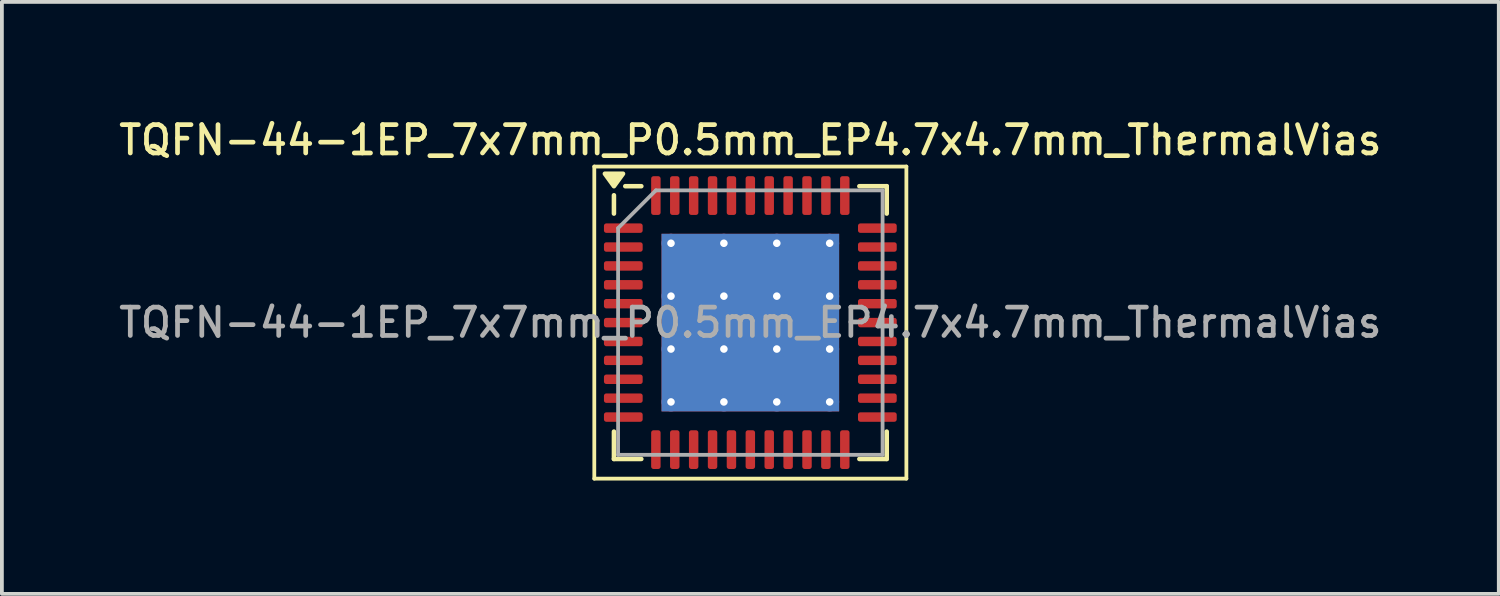
<source format=kicad_pcb>
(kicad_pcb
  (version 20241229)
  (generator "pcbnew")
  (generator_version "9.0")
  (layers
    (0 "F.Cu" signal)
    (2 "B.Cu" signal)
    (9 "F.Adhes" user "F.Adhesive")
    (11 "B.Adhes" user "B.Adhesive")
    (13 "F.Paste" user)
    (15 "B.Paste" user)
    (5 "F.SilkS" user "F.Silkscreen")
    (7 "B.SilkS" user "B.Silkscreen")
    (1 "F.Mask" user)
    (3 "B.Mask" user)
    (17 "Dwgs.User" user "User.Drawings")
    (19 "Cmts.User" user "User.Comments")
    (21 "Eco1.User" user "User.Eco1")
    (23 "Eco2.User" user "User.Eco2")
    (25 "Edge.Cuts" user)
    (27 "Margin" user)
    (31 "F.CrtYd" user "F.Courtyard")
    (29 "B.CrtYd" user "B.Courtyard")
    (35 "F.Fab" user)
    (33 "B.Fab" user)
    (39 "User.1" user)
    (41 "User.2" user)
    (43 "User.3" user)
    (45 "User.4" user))
  (footprint "TQFN-44-1EP_7x7mm_P0.5mm_EP4.7x4.7mm_ThermalVias"
    (layer "F.Cu")
    (at 16.809 5.488)
    (property "Reference" "TQFN-44-1EP_7x7mm_P0.5mm_EP4.7x4.7mm_ThermalVias" (at 0 -4.83 0) (layer "F.SilkS") (effects (font (size 0.75 0.75) (thickness 0.125))))
    (attr smd)
    (fp_line (start -4.13 -4.13) (end -4.13 4.13) (stroke (width 0.1) (type solid)) (layer "F.SilkS"))
    (fp_line (start -4.13 4.13) (end 4.13 4.13) (stroke (width 0.1) (type solid)) (layer "F.SilkS"))
    (fp_line (start -3.61 -2.885) (end -3.61 -3.37) (stroke (width 0.12) (type solid)) (layer "F.SilkS"))
    (fp_line (start -3.61 3.61) (end -3.61 2.885) (stroke (width 0.12) (type solid)) (layer "F.SilkS"))
    (fp_line (start -2.885 -3.61) (end -3.31 -3.61) (stroke (width 0.12) (type solid)) (layer "F.SilkS"))
    (fp_line (start -2.885 3.61) (end -3.61 3.61) (stroke (width 0.12) (type solid)) (layer "F.SilkS"))
    (fp_line (start 2.885 -3.61) (end 3.61 -3.61) (stroke (width 0.12) (type solid)) (layer "F.SilkS"))
    (fp_line (start 2.885 3.61) (end 3.61 3.61) (stroke (width 0.12) (type solid)) (layer "F.SilkS"))
    (fp_line (start 3.61 -3.61) (end 3.61 -2.885) (stroke (width 0.12) (type solid)) (layer "F.SilkS"))
    (fp_line (start 3.61 3.61) (end 3.61 2.885) (stroke (width 0.12) (type solid)) (layer "F.SilkS"))
    (fp_line (start 4.13 -4.13) (end -4.13 -4.13) (stroke (width 0.1) (type solid)) (layer "F.SilkS"))
    (fp_line (start 4.13 4.13) (end 4.13 -4.13) (stroke (width 0.1) (type solid)) (layer "F.SilkS"))
    (fp_poly (pts (xy -3.61 -3.61) (xy -3.85 -3.94) (xy -3.37 -3.94) (xy -3.61 -3.61)) (stroke (width 0.12) (type solid)) (fill yes) (layer "F.SilkS"))
    (fp_line (start -3.5 -2.5) (end -2.5 -3.5) (stroke (width 0.1) (type solid)) (layer "F.Fab"))
    (fp_line (start -3.5 3.5) (end -3.5 -2.5) (stroke (width 0.1) (type solid)) (layer "F.Fab"))
    (fp_line (start -2.5 -3.5) (end 3.5 -3.5) (stroke (width 0.1) (type solid)) (layer "F.Fab"))
    (fp_line (start 3.5 -3.5) (end 3.5 3.5) (stroke (width 0.1) (type solid)) (layer "F.Fab"))
    (fp_line (start 3.5 3.5) (end -3.5 3.5) (stroke (width 0.1) (type solid)) (layer "F.Fab"))
    (fp_text user "${REFERENCE}" (at 0 0 0) (layer "F.Fab") (effects (font (size 0.75 0.75) (thickness 0.125))))
    (pad "" smd roundrect (at -1.57 -1.57) (size 1.36 1.36) (layers "F.Paste") (roundrect_rratio 0.184))
    (pad "" smd roundrect (at -1.57 0) (size 1.36 1.36) (layers "F.Paste") (roundrect_rratio 0.184))
    (pad "" smd roundrect (at -1.57 1.57) (size 1.36 1.36) (layers "F.Paste") (roundrect_rratio 0.184))
    (pad "" smd roundrect (at 0 -1.57) (size 1.36 1.36) (layers "F.Paste") (roundrect_rratio 0.184))
    (pad "" smd roundrect (at 0 0) (size 1.36 1.36) (layers "F.Paste") (roundrect_rratio 0.184))
    (pad "" smd roundrect (at 0 1.57) (size 1.36 1.36) (layers "F.Paste") (roundrect_rratio 0.184))
    (pad "" smd roundrect (at 1.57 -1.57) (size 1.36 1.36) (layers "F.Paste") (roundrect_rratio 0.184))
    (pad "" smd roundrect (at 1.57 0) (size 1.36 1.36) (layers "F.Paste") (roundrect_rratio 0.184))
    (pad "" smd roundrect (at 1.57 1.57) (size 1.36 1.36) (layers "F.Paste") (roundrect_rratio 0.184))
    (pad "1" smd roundrect (at -3.362 -2.5) (size 1.025 0.25) (layers "F.Cu" "F.Mask" "F.Paste") (roundrect_rratio 0.25))
    (pad "2" smd roundrect (at -3.362 -2) (size 1.025 0.25) (layers "F.Cu" "F.Mask" "F.Paste") (roundrect_rratio 0.25))
    (pad "3" smd roundrect (at -3.362 -1.5) (size 1.025 0.25) (layers "F.Cu" "F.Mask" "F.Paste") (roundrect_rratio 0.25))
    (pad "4" smd roundrect (at -3.362 -1) (size 1.025 0.25) (layers "F.Cu" "F.Mask" "F.Paste") (roundrect_rratio 0.25))
    (pad "5" smd roundrect (at -3.362 -0.5) (size 1.025 0.25) (layers "F.Cu" "F.Mask" "F.Paste") (roundrect_rratio 0.25))
    (pad "6" smd roundrect (at -3.362 0) (size 1.025 0.25) (layers "F.Cu" "F.Mask" "F.Paste") (roundrect_rratio 0.25))
    (pad "7" smd roundrect (at -3.362 0.5) (size 1.025 0.25) (layers "F.Cu" "F.Mask" "F.Paste") (roundrect_rratio 0.25))
    (pad "8" smd roundrect (at -3.362 1) (size 1.025 0.25) (layers "F.Cu" "F.Mask" "F.Paste") (roundrect_rratio 0.25))
    (pad "9" smd roundrect (at -3.362 1.5) (size 1.025 0.25) (layers "F.Cu" "F.Mask" "F.Paste") (roundrect_rratio 0.25))
    (pad "10" smd roundrect (at -3.362 2) (size 1.025 0.25) (layers "F.Cu" "F.Mask" "F.Paste") (roundrect_rratio 0.25))
    (pad "11" smd roundrect (at -3.362 2.5) (size 1.025 0.25) (layers "F.Cu" "F.Mask" "F.Paste") (roundrect_rratio 0.25))
    (pad "12" smd roundrect (at -2.5 3.362) (size 0.25 1.025) (layers "F.Cu" "F.Mask" "F.Paste") (roundrect_rratio 0.25))
    (pad "13" smd roundrect (at -2 3.362) (size 0.25 1.025) (layers "F.Cu" "F.Mask" "F.Paste") (roundrect_rratio 0.25))
    (pad "14" smd roundrect (at -1.5 3.362) (size 0.25 1.025) (layers "F.Cu" "F.Mask" "F.Paste") (roundrect_rratio 0.25))
    (pad "15" smd roundrect (at -1 3.362) (size 0.25 1.025) (layers "F.Cu" "F.Mask" "F.Paste") (roundrect_rratio 0.25))
    (pad "16" smd roundrect (at -0.5 3.362) (size 0.25 1.025) (layers "F.Cu" "F.Mask" "F.Paste") (roundrect_rratio 0.25))
    (pad "17" smd roundrect (at 0 3.362) (size 0.25 1.025) (layers "F.Cu" "F.Mask" "F.Paste") (roundrect_rratio 0.25))
    (pad "18" smd roundrect (at 0.5 3.362) (size 0.25 1.025) (layers "F.Cu" "F.Mask" "F.Paste") (roundrect_rratio 0.25))
    (pad "19" smd roundrect (at 1 3.362) (size 0.25 1.025) (layers "F.Cu" "F.Mask" "F.Paste") (roundrect_rratio 0.25))
    (pad "20" smd roundrect (at 1.5 3.362) (size 0.25 1.025) (layers "F.Cu" "F.Mask" "F.Paste") (roundrect_rratio 0.25))
    (pad "21" smd roundrect (at 2 3.362) (size 0.25 1.025) (layers "F.Cu" "F.Mask" "F.Paste") (roundrect_rratio 0.25))
    (pad "22" smd roundrect (at 2.5 3.362) (size 0.25 1.025) (layers "F.Cu" "F.Mask" "F.Paste") (roundrect_rratio 0.25))
    (pad "23" smd roundrect (at 3.362 2.5) (size 1.025 0.25) (layers "F.Cu" "F.Mask" "F.Paste") (roundrect_rratio 0.25))
    (pad "24" smd roundrect (at 3.362 2) (size 1.025 0.25) (layers "F.Cu" "F.Mask" "F.Paste") (roundrect_rratio 0.25))
    (pad "25" smd roundrect (at 3.362 1.5) (size 1.025 0.25) (layers "F.Cu" "F.Mask" "F.Paste") (roundrect_rratio 0.25))
    (pad "26" smd roundrect (at 3.362 1) (size 1.025 0.25) (layers "F.Cu" "F.Mask" "F.Paste") (roundrect_rratio 0.25))
    (pad "27" smd roundrect (at 3.362 0.5) (size 1.025 0.25) (layers "F.Cu" "F.Mask" "F.Paste") (roundrect_rratio 0.25))
    (pad "28" smd roundrect (at 3.362 0) (size 1.025 0.25) (layers "F.Cu" "F.Mask" "F.Paste") (roundrect_rratio 0.25))
    (pad "29" smd roundrect (at 3.362 -0.5) (size 1.025 0.25) (layers "F.Cu" "F.Mask" "F.Paste") (roundrect_rratio 0.25))
    (pad "30" smd roundrect (at 3.362 -1) (size 1.025 0.25) (layers "F.Cu" "F.Mask" "F.Paste") (roundrect_rratio 0.25))
    (pad "31" smd roundrect (at 3.362 -1.5) (size 1.025 0.25) (layers "F.Cu" "F.Mask" "F.Paste") (roundrect_rratio 0.25))
    (pad "32" smd roundrect (at 3.362 -2) (size 1.025 0.25) (layers "F.Cu" "F.Mask" "F.Paste") (roundrect_rratio 0.25))
    (pad "33" smd roundrect (at 3.362 -2.5) (size 1.025 0.25) (layers "F.Cu" "F.Mask" "F.Paste") (roundrect_rratio 0.25))
    (pad "34" smd roundrect (at 2.5 -3.362) (size 0.25 1.025) (layers "F.Cu" "F.Mask" "F.Paste") (roundrect_rratio 0.25))
    (pad "35" smd roundrect (at 2 -3.362) (size 0.25 1.025) (layers "F.Cu" "F.Mask" "F.Paste") (roundrect_rratio 0.25))
    (pad "36" smd roundrect (at 1.5 -3.362) (size 0.25 1.025) (layers "F.Cu" "F.Mask" "F.Paste") (roundrect_rratio 0.25))
    (pad "37" smd roundrect (at 1 -3.362) (size 0.25 1.025) (layers "F.Cu" "F.Mask" "F.Paste") (roundrect_rratio 0.25))
    (pad "38" smd roundrect (at 0.5 -3.362) (size 0.25 1.025) (layers "F.Cu" "F.Mask" "F.Paste") (roundrect_rratio 0.25))
    (pad "39" smd roundrect (at 0 -3.362) (size 0.25 1.025) (layers "F.Cu" "F.Mask" "F.Paste") (roundrect_rratio 0.25))
    (pad "40" smd roundrect (at -0.5 -3.362) (size 0.25 1.025) (layers "F.Cu" "F.Mask" "F.Paste") (roundrect_rratio 0.25))
    (pad "41" smd roundrect (at -1 -3.362) (size 0.25 1.025) (layers "F.Cu" "F.Mask" "F.Paste") (roundrect_rratio 0.25))
    (pad "42" smd roundrect (at -1.5 -3.362) (size 0.25 1.025) (layers "F.Cu" "F.Mask" "F.Paste") (roundrect_rratio 0.25))
    (pad "43" smd roundrect (at -2 -3.362) (size 0.25 1.025) (layers "F.Cu" "F.Mask" "F.Paste") (roundrect_rratio 0.25))
    (pad "44" smd roundrect (at -2.5 -3.362) (size 0.25 1.025) (layers "F.Cu" "F.Mask" "F.Paste") (roundrect_rratio 0.25))
    (pad "45" thru_hole circle (at -2.1 -2.1) (size 0.5 0.5) (drill 0.2) (property pad_prop_heatsink) (layers "*.Cu"))
    (pad "45" thru_hole circle (at -2.1 -0.7) (size 0.5 0.5) (drill 0.2) (property pad_prop_heatsink) (layers "*.Cu"))
    (pad "45" thru_hole circle (at -2.1 0.7) (size 0.5 0.5) (drill 0.2) (property pad_prop_heatsink) (layers "*.Cu"))
    (pad "45" thru_hole circle (at -2.1 2.1) (size 0.5 0.5) (drill 0.2) (property pad_prop_heatsink) (layers "*.Cu"))
    (pad "45" thru_hole circle (at -0.7 -2.1) (size 0.5 0.5) (drill 0.2) (property pad_prop_heatsink) (layers "*.Cu"))
    (pad "45" thru_hole circle (at -0.7 -0.7) (size 0.5 0.5) (drill 0.2) (property pad_prop_heatsink) (layers "*.Cu"))
    (pad "45" thru_hole circle (at -0.7 0.7) (size 0.5 0.5) (drill 0.2) (property pad_prop_heatsink) (layers "*.Cu"))
    (pad "45" thru_hole circle (at -0.7 2.1) (size 0.5 0.5) (drill 0.2) (property pad_prop_heatsink) (layers "*.Cu"))
    (pad "45" smd rect (at 0 0) (size 4.7 4.7) (property pad_prop_heatsink) (layers "F.Cu" "F.Mask"))
    (pad "45" smd rect (at 0 0) (size 4.7 4.7) (property pad_prop_heatsink) (layers "B.Cu"))
    (pad "45" thru_hole circle (at 0.7 -2.1) (size 0.5 0.5) (drill 0.2) (property pad_prop_heatsink) (layers "*.Cu"))
    (pad "45" thru_hole circle (at 0.7 -0.7) (size 0.5 0.5) (drill 0.2) (property pad_prop_heatsink) (layers "*.Cu"))
    (pad "45" thru_hole circle (at 0.7 0.7) (size 0.5 0.5) (drill 0.2) (property pad_prop_heatsink) (layers "*.Cu"))
    (pad "45" thru_hole circle (at 0.7 2.1) (size 0.5 0.5) (drill 0.2) (property pad_prop_heatsink) (layers "*.Cu"))
    (pad "45" thru_hole circle (at 2.1 -2.1) (size 0.5 0.5) (drill 0.2) (property pad_prop_heatsink) (layers "*.Cu"))
    (pad "45" thru_hole circle (at 2.1 -0.7) (size 0.5 0.5) (drill 0.2) (property pad_prop_heatsink) (layers "*.Cu"))
    (pad "45" thru_hole circle (at 2.1 0.7) (size 0.5 0.5) (drill 0.2) (property pad_prop_heatsink) (layers "*.Cu"))
    (pad "45" thru_hole circle (at 2.1 2.1) (size 0.5 0.5) (drill 0.2) (property pad_prop_heatsink) (layers "*.Cu")))
  (gr_rect
    (start -3 -3)
    (end 36.618 12.668)
    (stroke (width 0.1) (type default))
    (fill no)
    (layer "Edge.Cuts")))
</source>
